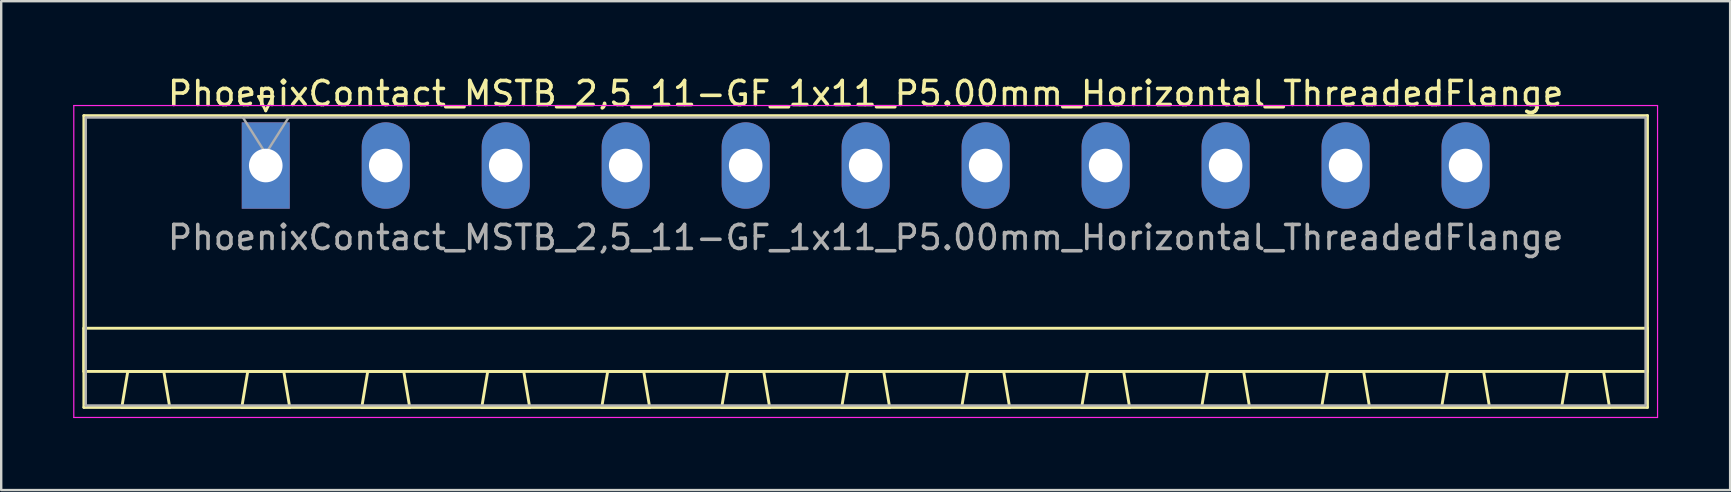
<source format=kicad_pcb>
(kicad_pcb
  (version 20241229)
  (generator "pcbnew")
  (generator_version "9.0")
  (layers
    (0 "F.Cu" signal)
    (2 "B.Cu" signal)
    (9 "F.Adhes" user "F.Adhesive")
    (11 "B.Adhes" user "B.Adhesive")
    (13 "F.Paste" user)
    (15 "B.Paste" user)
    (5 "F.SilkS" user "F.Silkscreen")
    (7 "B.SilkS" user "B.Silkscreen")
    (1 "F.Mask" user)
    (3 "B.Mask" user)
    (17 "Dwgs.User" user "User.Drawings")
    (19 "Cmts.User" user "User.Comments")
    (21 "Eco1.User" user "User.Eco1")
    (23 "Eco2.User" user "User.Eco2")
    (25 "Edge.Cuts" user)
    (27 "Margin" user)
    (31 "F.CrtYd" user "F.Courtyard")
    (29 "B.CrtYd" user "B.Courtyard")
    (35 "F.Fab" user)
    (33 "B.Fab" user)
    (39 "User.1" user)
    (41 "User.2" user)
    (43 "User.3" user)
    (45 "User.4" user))
  (footprint "PhoenixContact_MSTB_2,5_11-GF_1x11_P5.00mm_Horizontal_ThreadedFlange"
    (layer "F.Cu")
    (at 8.025 3.848)
    (property "Reference" "PhoenixContact_MSTB_2,5_11-GF_1x11_P5.00mm_Horizontal_ThreadedFlange" (at 25 -3 0) (layer "F.SilkS") (effects (font (size 1 1) (thickness 0.15))))
    (attr through_hole)
    (fp_line (start -7.58 -2.08) (end -7.58 10.08) (stroke (width 0.12) (type solid)) (layer "F.SilkS"))
    (fp_line (start -7.58 6.78) (end 57.58 6.78) (stroke (width 0.12) (type solid)) (layer "F.SilkS"))
    (fp_line (start -7.58 8.58) (end -7.58 6.78) (stroke (width 0.12) (type solid)) (layer "F.SilkS"))
    (fp_line (start -7.58 10.08) (end 57.58 10.08) (stroke (width 0.12) (type solid)) (layer "F.SilkS"))
    (fp_line (start -6 10.08) (end -4 10.08) (stroke (width 0.12) (type solid)) (layer "F.SilkS"))
    (fp_line (start -5.75 8.58) (end -6 10.08) (stroke (width 0.12) (type solid)) (layer "F.SilkS"))
    (fp_line (start -4.25 8.58) (end -5.75 8.58) (stroke (width 0.12) (type solid)) (layer "F.SilkS"))
    (fp_line (start -4 10.08) (end -4.25 8.58) (stroke (width 0.12) (type solid)) (layer "F.SilkS"))
    (fp_line (start -1 10.08) (end 1 10.08) (stroke (width 0.12) (type solid)) (layer "F.SilkS"))
    (fp_line (start -0.75 8.58) (end -1 10.08) (stroke (width 0.12) (type solid)) (layer "F.SilkS"))
    (fp_line (start -0.3 -2.88) (end 0.3 -2.88) (stroke (width 0.12) (type solid)) (layer "F.SilkS"))
    (fp_line (start 0 -2.28) (end -0.3 -2.88) (stroke (width 0.12) (type solid)) (layer "F.SilkS"))
    (fp_line (start 0.3 -2.88) (end 0 -2.28) (stroke (width 0.12) (type solid)) (layer "F.SilkS"))
    (fp_line (start 0.75 8.58) (end -0.75 8.58) (stroke (width 0.12) (type solid)) (layer "F.SilkS"))
    (fp_line (start 1 10.08) (end 0.75 8.58) (stroke (width 0.12) (type solid)) (layer "F.SilkS"))
    (fp_line (start 4 10.08) (end 6 10.08) (stroke (width 0.12) (type solid)) (layer "F.SilkS"))
    (fp_line (start 4.25 8.58) (end 4 10.08) (stroke (width 0.12) (type solid)) (layer "F.SilkS"))
    (fp_line (start 5.75 8.58) (end 4.25 8.58) (stroke (width 0.12) (type solid)) (layer "F.SilkS"))
    (fp_line (start 6 10.08) (end 5.75 8.58) (stroke (width 0.12) (type solid)) (layer "F.SilkS"))
    (fp_line (start 9 10.08) (end 11 10.08) (stroke (width 0.12) (type solid)) (layer "F.SilkS"))
    (fp_line (start 9.25 8.58) (end 9 10.08) (stroke (width 0.12) (type solid)) (layer "F.SilkS"))
    (fp_line (start 10.75 8.58) (end 9.25 8.58) (stroke (width 0.12) (type solid)) (layer "F.SilkS"))
    (fp_line (start 11 10.08) (end 10.75 8.58) (stroke (width 0.12) (type solid)) (layer "F.SilkS"))
    (fp_line (start 14 10.08) (end 16 10.08) (stroke (width 0.12) (type solid)) (layer "F.SilkS"))
    (fp_line (start 14.25 8.58) (end 14 10.08) (stroke (width 0.12) (type solid)) (layer "F.SilkS"))
    (fp_line (start 15.75 8.58) (end 14.25 8.58) (stroke (width 0.12) (type solid)) (layer "F.SilkS"))
    (fp_line (start 16 10.08) (end 15.75 8.58) (stroke (width 0.12) (type solid)) (layer "F.SilkS"))
    (fp_line (start 19 10.08) (end 21 10.08) (stroke (width 0.12) (type solid)) (layer "F.SilkS"))
    (fp_line (start 19.25 8.58) (end 19 10.08) (stroke (width 0.12) (type solid)) (layer "F.SilkS"))
    (fp_line (start 20.75 8.58) (end 19.25 8.58) (stroke (width 0.12) (type solid)) (layer "F.SilkS"))
    (fp_line (start 21 10.08) (end 20.75 8.58) (stroke (width 0.12) (type solid)) (layer "F.SilkS"))
    (fp_line (start 24 10.08) (end 26 10.08) (stroke (width 0.12) (type solid)) (layer "F.SilkS"))
    (fp_line (start 24.25 8.58) (end 24 10.08) (stroke (width 0.12) (type solid)) (layer "F.SilkS"))
    (fp_line (start 25.75 8.58) (end 24.25 8.58) (stroke (width 0.12) (type solid)) (layer "F.SilkS"))
    (fp_line (start 26 10.08) (end 25.75 8.58) (stroke (width 0.12) (type solid)) (layer "F.SilkS"))
    (fp_line (start 29 10.08) (end 31 10.08) (stroke (width 0.12) (type solid)) (layer "F.SilkS"))
    (fp_line (start 29.25 8.58) (end 29 10.08) (stroke (width 0.12) (type solid)) (layer "F.SilkS"))
    (fp_line (start 30.75 8.58) (end 29.25 8.58) (stroke (width 0.12) (type solid)) (layer "F.SilkS"))
    (fp_line (start 31 10.08) (end 30.75 8.58) (stroke (width 0.12) (type solid)) (layer "F.SilkS"))
    (fp_line (start 34 10.08) (end 36 10.08) (stroke (width 0.12) (type solid)) (layer "F.SilkS"))
    (fp_line (start 34.25 8.58) (end 34 10.08) (stroke (width 0.12) (type solid)) (layer "F.SilkS"))
    (fp_line (start 35.75 8.58) (end 34.25 8.58) (stroke (width 0.12) (type solid)) (layer "F.SilkS"))
    (fp_line (start 36 10.08) (end 35.75 8.58) (stroke (width 0.12) (type solid)) (layer "F.SilkS"))
    (fp_line (start 39 10.08) (end 41 10.08) (stroke (width 0.12) (type solid)) (layer "F.SilkS"))
    (fp_line (start 39.25 8.58) (end 39 10.08) (stroke (width 0.12) (type solid)) (layer "F.SilkS"))
    (fp_line (start 40.75 8.58) (end 39.25 8.58) (stroke (width 0.12) (type solid)) (layer "F.SilkS"))
    (fp_line (start 41 10.08) (end 40.75 8.58) (stroke (width 0.12) (type solid)) (layer "F.SilkS"))
    (fp_line (start 44 10.08) (end 46 10.08) (stroke (width 0.12) (type solid)) (layer "F.SilkS"))
    (fp_line (start 44.25 8.58) (end 44 10.08) (stroke (width 0.12) (type solid)) (layer "F.SilkS"))
    (fp_line (start 45.75 8.58) (end 44.25 8.58) (stroke (width 0.12) (type solid)) (layer "F.SilkS"))
    (fp_line (start 46 10.08) (end 45.75 8.58) (stroke (width 0.12) (type solid)) (layer "F.SilkS"))
    (fp_line (start 49 10.08) (end 51 10.08) (stroke (width 0.12) (type solid)) (layer "F.SilkS"))
    (fp_line (start 49.25 8.58) (end 49 10.08) (stroke (width 0.12) (type solid)) (layer "F.SilkS"))
    (fp_line (start 50.75 8.58) (end 49.25 8.58) (stroke (width 0.12) (type solid)) (layer "F.SilkS"))
    (fp_line (start 51 10.08) (end 50.75 8.58) (stroke (width 0.12) (type solid)) (layer "F.SilkS"))
    (fp_line (start 54 10.08) (end 56 10.08) (stroke (width 0.12) (type solid)) (layer "F.SilkS"))
    (fp_line (start 54.25 8.58) (end 54 10.08) (stroke (width 0.12) (type solid)) (layer "F.SilkS"))
    (fp_line (start 55.75 8.58) (end 54.25 8.58) (stroke (width 0.12) (type solid)) (layer "F.SilkS"))
    (fp_line (start 56 10.08) (end 55.75 8.58) (stroke (width 0.12) (type solid)) (layer "F.SilkS"))
    (fp_line (start 57.58 -2.08) (end -7.58 -2.08) (stroke (width 0.12) (type solid)) (layer "F.SilkS"))
    (fp_line (start 57.58 6.78) (end 57.58 8.58) (stroke (width 0.12) (type solid)) (layer "F.SilkS"))
    (fp_line (start 57.58 8.58) (end -7.58 8.58) (stroke (width 0.12) (type solid)) (layer "F.SilkS"))
    (fp_line (start 57.58 10.08) (end 57.58 -2.08) (stroke (width 0.12) (type solid)) (layer "F.SilkS"))
    (fp_line (start -8 -2.5) (end -8 10.5) (stroke (width 0.05) (type solid)) (layer "F.CrtYd"))
    (fp_line (start -8 10.5) (end 58 10.5) (stroke (width 0.05) (type solid)) (layer "F.CrtYd"))
    (fp_line (start 58 -2.5) (end -8 -2.5) (stroke (width 0.05) (type solid)) (layer "F.CrtYd"))
    (fp_line (start 58 10.5) (end 58 -2.5) (stroke (width 0.05) (type solid)) (layer "F.CrtYd"))
    (fp_line (start -7.5 -2) (end -7.5 10) (stroke (width 0.1) (type solid)) (layer "F.Fab"))
    (fp_line (start -7.5 10) (end 57.5 10) (stroke (width 0.1) (type solid)) (layer "F.Fab"))
    (fp_line (start 0 -0.5) (end -0.95 -2) (stroke (width 0.1) (type solid)) (layer "F.Fab"))
    (fp_line (start 0.95 -2) (end 0 -0.5) (stroke (width 0.1) (type solid)) (layer "F.Fab"))
    (fp_line (start 57.5 -2) (end -7.5 -2) (stroke (width 0.1) (type solid)) (layer "F.Fab"))
    (fp_line (start 57.5 10) (end 57.5 -2) (stroke (width 0.1) (type solid)) (layer "F.Fab"))
    (fp_text user "${REFERENCE}" (at 25 3 0) (layer "F.Fab") (effects (font (size 1 1) (thickness 0.15))))
    (pad "1" thru_hole rect (at 0 0) (size 2 3.6) (drill 1.4) (layers "*.Cu" "*.Mask"))
    (pad "2" thru_hole oval (at 5 0) (size 2 3.6) (drill 1.4) (layers "*.Cu" "*.Mask"))
    (pad "3" thru_hole oval (at 10 0) (size 2 3.6) (drill 1.4) (layers "*.Cu" "*.Mask"))
    (pad "4" thru_hole oval (at 15 0) (size 2 3.6) (drill 1.4) (layers "*.Cu" "*.Mask"))
    (pad "5" thru_hole oval (at 20 0) (size 2 3.6) (drill 1.4) (layers "*.Cu" "*.Mask"))
    (pad "6" thru_hole oval (at 25 0) (size 2 3.6) (drill 1.4) (layers "*.Cu" "*.Mask"))
    (pad "7" thru_hole oval (at 30 0) (size 2 3.6) (drill 1.4) (layers "*.Cu" "*.Mask"))
    (pad "8" thru_hole oval (at 35 0) (size 2 3.6) (drill 1.4) (layers "*.Cu" "*.Mask"))
    (pad "9" thru_hole oval (at 40 0) (size 2 3.6) (drill 1.4) (layers "*.Cu" "*.Mask"))
    (pad "10" thru_hole oval (at 45 0) (size 2 3.6) (drill 1.4) (layers "*.Cu" "*.Mask"))
    (pad "11" thru_hole oval (at 50 0) (size 2 3.6) (drill 1.4) (layers "*.Cu" "*.Mask")))
  (gr_rect
    (start -3 -3)
    (end 69.05 17.373)
    (stroke (width 0.1) (type default))
    (fill no)
    (layer "Edge.Cuts")))
</source>
